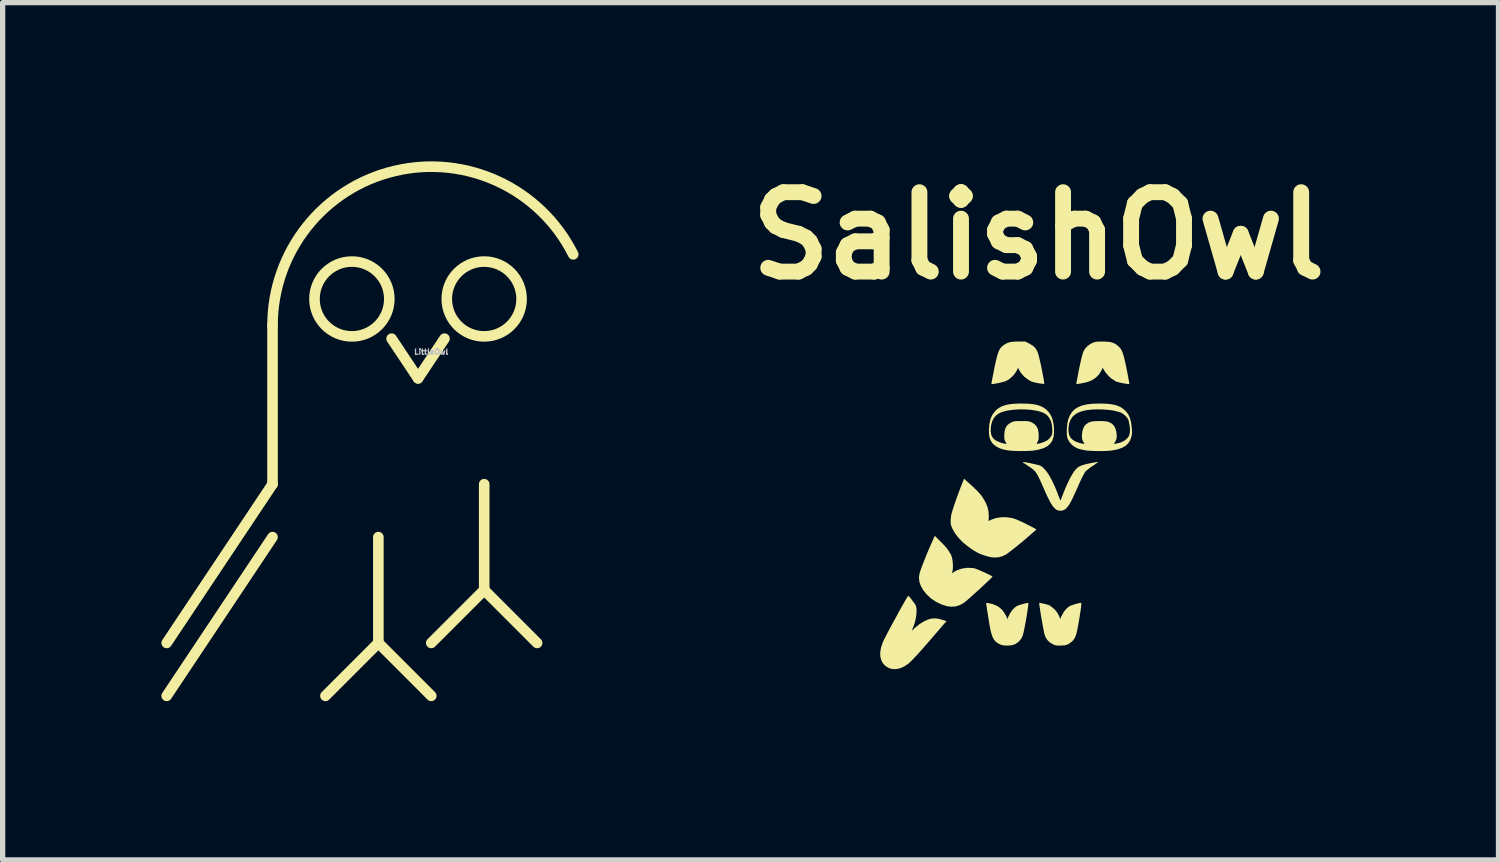
<source format=kicad_pcb>
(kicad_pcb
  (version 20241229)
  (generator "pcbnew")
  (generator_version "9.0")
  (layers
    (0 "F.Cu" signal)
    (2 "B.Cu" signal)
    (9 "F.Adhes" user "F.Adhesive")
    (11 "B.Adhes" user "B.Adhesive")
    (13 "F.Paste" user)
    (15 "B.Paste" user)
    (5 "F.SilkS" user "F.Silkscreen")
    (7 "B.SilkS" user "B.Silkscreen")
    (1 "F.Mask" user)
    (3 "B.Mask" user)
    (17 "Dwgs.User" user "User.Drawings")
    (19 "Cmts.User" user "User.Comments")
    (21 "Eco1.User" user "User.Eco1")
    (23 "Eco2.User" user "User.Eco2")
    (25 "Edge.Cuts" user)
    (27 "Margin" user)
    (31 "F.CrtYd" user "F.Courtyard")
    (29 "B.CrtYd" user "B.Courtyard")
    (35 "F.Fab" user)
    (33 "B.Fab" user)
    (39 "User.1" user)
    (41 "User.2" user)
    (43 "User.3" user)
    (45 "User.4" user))
  (footprint "LittleOwl"
    (layer "F.Cu")
    (at 5.1 3.1)
    (property "Reference" "LittleOwl" (at 0 0.5 0) (layer "Dwgs.User") (effects (font (size 0.1 0.1) (thickness 0.025))))
    (attr through_hole)
    (fp_line (start -3 0) (end -3 3) (stroke (width 0.2) (type solid)) (layer "F.SilkS"))
    (fp_line (start -3 3) (end -5 6) (stroke (width 0.2) (type solid)) (layer "F.SilkS"))
    (fp_line (start -3 4) (end -5 7) (stroke (width 0.2) (type solid)) (layer "F.SilkS"))
    (fp_line (start -1 4) (end -1 6) (stroke (width 0.2) (type solid)) (layer "F.SilkS"))
    (fp_line (start -1 6) (end -2 7) (stroke (width 0.2) (type solid)) (layer "F.SilkS"))
    (fp_line (start -1 6) (end 0 7) (stroke (width 0.2) (type solid)) (layer "F.SilkS"))
    (fp_line (start -0.75 0.25) (end -0.25 1) (stroke (width 0.2) (type solid)) (layer "F.SilkS"))
    (fp_line (start -0.25 1) (end 0.25 0.25) (stroke (width 0.2) (type solid)) (layer "F.SilkS"))
    (fp_line (start 1 3) (end 1 5) (stroke (width 0.2) (type solid)) (layer "F.SilkS"))
    (fp_line (start 1 5) (end 0 6) (stroke (width 0.2) (type solid)) (layer "F.SilkS"))
    (fp_line (start 1 5) (end 2 6) (stroke (width 0.2) (type solid)) (layer "F.SilkS"))
    (fp_arc (start -3 0) (mid -0.690149 -2.919537) (end 2.682463 -1.343277) (stroke (width 0.2) (type solid)) (layer "F.SilkS"))
    (fp_circle (center -1.5 -0.5) (end -0.793 -0.5) (stroke (width 0.2) (type solid)) (fill no) (layer "F.SilkS"))
    (fp_circle (center 1 -0.5) (end 1.707 -0.5) (stroke (width 0.2) (type solid)) (fill no) (layer "F.SilkS")))
  (footprint "SalishOwl"
    (layer "F.Cu")
    (at 16.575 6.404)
    (property "Reference" "SalishOwl" (at 0 -5 0) (layer "F.SilkS") (effects (font (size 1.5 1.5) (thickness 0.3))))
    (attr board_only exclude_from_pos_files exclude_from_bom)
    (fp_poly (pts (xy -0.175 -2.962) (xy -0.111 -2.924) (xy -0.063 -2.881) (xy -0.029 -2.828) (xy -0.01 -2.783) (xy -0.000109 -2.748) (xy 0.012 -2.701) (xy 0.025 -2.645) (xy 0.04 -2.582) (xy 0.054 -2.516) (xy 0.067 -2.449) (xy 0.08 -2.385) (xy 0.091 -2.325) (xy 0.1 -2.274) (xy 0.106 -2.234) (xy 0.108 -2.208) (xy 0.107 -2.199) (xy 0.096 -2.199) (xy 0.07 -2.202) (xy 0.032 -2.207) (xy -0.011 -2.214) (xy -0.063 -2.225) (xy -0.103 -2.234) (xy -0.135 -2.246) (xy -0.166 -2.262) (xy -0.196 -2.28) (xy -0.271 -2.337) (xy -0.332 -2.407) (xy -0.367 -2.463) (xy -0.386 -2.502) (xy -0.416 -2.443) (xy -0.453 -2.386) (xy -0.503 -2.331) (xy -0.56 -2.284) (xy -0.608 -2.257) (xy -0.642 -2.244) (xy -0.687 -2.231) (xy -0.738 -2.219) (xy -0.768 -2.213) (xy -0.818 -2.204) (xy -0.852 -2.198) (xy -0.873 -2.195) (xy -0.885 -2.195) (xy -0.889 -2.197) (xy -0.889 -2.2) (xy -0.888 -2.216) (xy -0.882 -2.248) (xy -0.874 -2.292) (xy -0.864 -2.345) (xy -0.852 -2.404) (xy -0.84 -2.466) (xy -0.828 -2.526) (xy -0.816 -2.581) (xy -0.806 -2.629) (xy -0.805 -2.634) (xy -0.785 -2.713) (xy -0.767 -2.776) (xy -0.748 -2.824) (xy -0.728 -2.862) (xy -0.705 -2.893) (xy -0.677 -2.918) (xy -0.676 -2.919) (xy -0.632 -2.95) (xy -0.589 -2.972) (xy -0.543 -2.987) (xy -0.49 -2.996) (xy -0.423 -2.999) (xy -0.385 -3) (xy -0.251 -3)) (stroke (width 0) (type solid)) (fill yes) (layer "F.SilkS"))
    (fp_poly (pts (xy 0.808 1.946) (xy 0.809 1.97) (xy 0.807 2.001) (xy 0.801 2.044) (xy 0.793 2.1) (xy 0.783 2.165) (xy 0.772 2.235) (xy 0.759 2.306) (xy 0.747 2.375) (xy 0.735 2.437) (xy 0.724 2.489) (xy 0.715 2.527) (xy 0.712 2.54) (xy 0.682 2.609) (xy 0.638 2.665) (xy 0.579 2.709) (xy 0.572 2.713) (xy 0.543 2.727) (xy 0.517 2.736) (xy 0.486 2.742) (xy 0.444 2.744) (xy 0.425 2.745) (xy 0.379 2.746) (xy 0.346 2.745) (xy 0.32 2.74) (xy 0.295 2.731) (xy 0.277 2.723) (xy 0.214 2.686) (xy 0.167 2.641) (xy 0.133 2.585) (xy 0.113 2.531) (xy 0.107 2.505) (xy 0.099 2.465) (xy 0.089 2.414) (xy 0.078 2.355) (xy 0.067 2.291) (xy 0.055 2.225) (xy 0.044 2.159) (xy 0.034 2.097) (xy 0.026 2.041) (xy 0.019 1.995) (xy 0.015 1.961) (xy 0.014 1.942) (xy 0.015 1.939) (xy 0.025 1.939) (xy 0.05 1.944) (xy 0.084 1.951) (xy 0.122 1.96) (xy 0.158 1.969) (xy 0.188 1.978) (xy 0.207 1.984) (xy 0.21 1.986) (xy 0.225 1.998) (xy 0.249 2.016) (xy 0.264 2.026) (xy 0.311 2.068) (xy 0.353 2.121) (xy 0.386 2.18) (xy 0.393 2.196) (xy 0.41 2.243) (xy 0.441 2.175) (xy 0.482 2.103) (xy 0.533 2.043) (xy 0.587 2.001) (xy 0.612 1.99) (xy 0.649 1.977) (xy 0.692 1.963) (xy 0.736 1.951) (xy 0.775 1.942) (xy 0.802 1.937) (xy 0.804 1.937)) (stroke (width 0) (type solid)) (fill yes) (layer "F.SilkS"))
    (fp_poly (pts (xy -1.304 -0.315) (xy -1.239 -0.256) (xy -1.188 -0.207) (xy -1.147 -0.167) (xy -1.114 -0.131) (xy -1.087 -0.099) (xy -1.064 -0.068) (xy -1.053 -0.051) (xy -1.002 0.037) (xy -0.967 0.118) (xy -0.947 0.198) (xy -0.94 0.28) (xy -0.94 0.319) (xy -0.944 0.392) (xy -0.885 0.364) (xy -0.802 0.336) (xy -0.709 0.321) (xy -0.611 0.32) (xy -0.51 0.334) (xy -0.479 0.341) (xy -0.443 0.353) (xy -0.393 0.373) (xy -0.333 0.4) (xy -0.265 0.431) (xy -0.195 0.467) (xy -0.124 0.504) (xy -0.11 0.511) (xy -0.038 0.551) (xy -0.163 0.661) (xy -0.218 0.709) (xy -0.278 0.76) (xy -0.341 0.812) (xy -0.403 0.863) (xy -0.463 0.911) (xy -0.518 0.954) (xy -0.564 0.989) (xy -0.599 1.014) (xy -0.611 1.022) (xy -0.686 1.059) (xy -0.764 1.079) (xy -0.849 1.081) (xy -0.886 1.077) (xy -0.938 1.067) (xy -1 1.049) (xy -1.065 1.028) (xy -1.124 1.004) (xy -1.147 0.993) (xy -1.212 0.956) (xy -1.283 0.909) (xy -1.354 0.857) (xy -1.419 0.803) (xy -1.458 0.766) (xy -1.528 0.69) (xy -1.582 0.617) (xy -1.624 0.543) (xy -1.638 0.511) (xy -1.65 0.478) (xy -1.657 0.449) (xy -1.66 0.417) (xy -1.659 0.375) (xy -1.658 0.361) (xy -1.656 0.327) (xy -1.652 0.296) (xy -1.646 0.263) (xy -1.635 0.224) (xy -1.621 0.176) (xy -1.601 0.116) (xy -1.589 0.079) (xy -1.564 0.008) (xy -1.537 -0.069) (xy -1.509 -0.146) (xy -1.483 -0.215) (xy -1.465 -0.261) (xy -1.407 -0.408)) (stroke (width 0) (type solid)) (fill yes) (layer "F.SilkS"))
    (fp_poly (pts (xy -0.192 1.94) (xy -0.191 1.952) (xy -0.193 1.981) (xy -0.198 2.023) (xy -0.206 2.076) (xy -0.215 2.137) (xy -0.226 2.203) (xy -0.238 2.271) (xy -0.25 2.338) (xy -0.262 2.402) (xy -0.274 2.46) (xy -0.285 2.508) (xy -0.294 2.544) (xy -0.297 2.556) (xy -0.328 2.619) (xy -0.375 2.674) (xy -0.435 2.716) (xy -0.444 2.72) (xy -0.49 2.736) (xy -0.548 2.745) (xy -0.61 2.746) (xy -0.668 2.741) (xy -0.714 2.729) (xy -0.766 2.704) (xy -0.808 2.672) (xy -0.842 2.633) (xy -0.869 2.581) (xy -0.891 2.516) (xy -0.911 2.435) (xy -0.914 2.417) (xy -0.922 2.374) (xy -0.931 2.322) (xy -0.941 2.262) (xy -0.951 2.199) (xy -0.961 2.137) (xy -0.971 2.078) (xy -0.978 2.025) (xy -0.984 1.984) (xy -0.988 1.956) (xy -0.988 1.947) (xy -0.986 1.941) (xy -0.976 1.94) (xy -0.955 1.942) (xy -0.922 1.949) (xy -0.873 1.961) (xy -0.867 1.962) (xy -0.808 1.984) (xy -0.749 2.018) (xy -0.698 2.06) (xy -0.693 2.065) (xy -0.667 2.097) (xy -0.64 2.137) (xy -0.616 2.178) (xy -0.599 2.213) (xy -0.594 2.226) (xy -0.588 2.243) (xy -0.584 2.246) (xy -0.584 2.244) (xy -0.577 2.218) (xy -0.562 2.183) (xy -0.54 2.143) (xy -0.516 2.103) (xy -0.491 2.07) (xy -0.483 2.06) (xy -0.453 2.032) (xy -0.422 2.007) (xy -0.403 1.995) (xy -0.38 1.986) (xy -0.347 1.975) (xy -0.308 1.964) (xy -0.269 1.953) (xy -0.233 1.945) (xy -0.206 1.94) (xy -0.192 1.94)) (stroke (width 0) (type solid)) (fill yes) (layer "F.SilkS"))
    (fp_poly (pts (xy -2.447 1.816) (xy -2.429 1.835) (xy -2.402 1.87) (xy -2.398 1.875) (xy -2.372 1.911) (xy -2.349 1.942) (xy -2.332 1.964) (xy -2.328 1.971) (xy -2.313 2.004) (xy -2.305 2.052) (xy -2.304 2.111) (xy -2.31 2.178) (xy -2.322 2.248) (xy -2.339 2.318) (xy -2.362 2.385) (xy -2.384 2.436) (xy -2.393 2.454) (xy -2.396 2.462) (xy -2.39 2.46) (xy -2.374 2.447) (xy -2.347 2.422) (xy -2.335 2.411) (xy -2.252 2.343) (xy -2.167 2.29) (xy -2.093 2.256) (xy -2.027 2.236) (xy -1.958 2.231) (xy -1.884 2.24) (xy -1.82 2.258) (xy -1.737 2.285) (xy -1.762 2.311) (xy -1.774 2.325) (xy -1.798 2.352) (xy -1.831 2.39) (xy -1.87 2.436) (xy -1.915 2.488) (xy -1.963 2.544) (xy -1.964 2.545) (xy -2.063 2.66) (xy -2.151 2.761) (xy -2.228 2.848) (xy -2.294 2.921) (xy -2.351 2.982) (xy -2.398 3.031) (xy -2.437 3.068) (xy -2.468 3.095) (xy -2.473 3.098) (xy -2.548 3.146) (xy -2.623 3.177) (xy -2.698 3.191) (xy -2.769 3.189) (xy -2.832 3.169) (xy -2.894 3.13) (xy -2.941 3.079) (xy -2.973 3.017) (xy -2.99 2.946) (xy -2.99 2.867) (xy -2.975 2.78) (xy -2.944 2.688) (xy -2.941 2.68) (xy -2.928 2.651) (xy -2.906 2.609) (xy -2.879 2.555) (xy -2.846 2.492) (xy -2.809 2.422) (xy -2.769 2.348) (xy -2.727 2.27) (xy -2.684 2.193) (xy -2.643 2.116) (xy -2.603 2.044) (xy -2.565 1.978) (xy -2.532 1.919) (xy -2.504 1.871) (xy -2.483 1.836) (xy -2.469 1.815) (xy -2.466 1.811) (xy -2.458 1.808)) (stroke (width 0) (type solid)) (fill yes) (layer "F.SilkS"))
    (fp_poly (pts (xy -1.842 0.789) (xy -1.788 0.844) (xy -1.744 0.893) (xy -1.712 0.934) (xy -1.696 0.959) (xy -1.679 0.988) (xy -1.666 1.01) (xy -1.66 1.018) (xy -1.653 1.029) (xy -1.644 1.054) (xy -1.635 1.082) (xy -1.626 1.124) (xy -1.62 1.175) (xy -1.617 1.23) (xy -1.618 1.283) (xy -1.622 1.327) (xy -1.63 1.358) (xy -1.637 1.378) (xy -1.635 1.381) (xy -1.624 1.372) (xy -1.593 1.351) (xy -1.549 1.328) (xy -1.499 1.308) (xy -1.45 1.292) (xy -1.441 1.29) (xy -1.341 1.276) (xy -1.24 1.281) (xy -1.215 1.285) (xy -1.193 1.291) (xy -1.159 1.304) (xy -1.117 1.321) (xy -1.07 1.342) (xy -1.021 1.364) (xy -0.974 1.386) (xy -0.932 1.406) (xy -0.898 1.423) (xy -0.876 1.436) (xy -0.87 1.442) (xy -0.877 1.452) (xy -0.897 1.473) (xy -0.927 1.503) (xy -0.967 1.541) (xy -1.014 1.585) (xy -1.065 1.633) (xy -1.119 1.683) (xy -1.175 1.733) (xy -1.229 1.782) (xy -1.28 1.828) (xy -1.326 1.868) (xy -1.365 1.902) (xy -1.395 1.926) (xy -1.411 1.939) (xy -1.488 1.982) (xy -1.567 2.006) (xy -1.651 2.012) (xy -1.734 2) (xy -1.836 1.968) (xy -1.935 1.92) (xy -2.028 1.857) (xy -2.109 1.784) (xy -2.176 1.701) (xy -2.183 1.691) (xy -2.226 1.613) (xy -2.251 1.539) (xy -2.259 1.466) (xy -2.25 1.392) (xy -2.249 1.39) (xy -2.239 1.354) (xy -2.222 1.304) (xy -2.199 1.241) (xy -2.171 1.168) (xy -2.14 1.09) (xy -2.107 1.007) (xy -2.072 0.925) (xy -2.037 0.845) (xy -2.023 0.813) (xy -1.96 0.672)) (stroke (width 0) (type solid)) (fill yes) (layer "F.SilkS"))
    (fp_poly (pts (xy 1.292 -2.997) (xy 1.352 -2.991) (xy 1.402 -2.978) (xy 1.446 -2.959) (xy 1.486 -2.931) (xy 1.51 -2.91) (xy 1.537 -2.883) (xy 1.56 -2.853) (xy 1.579 -2.817) (xy 1.596 -2.771) (xy 1.614 -2.712) (xy 1.632 -2.638) (xy 1.632 -2.636) (xy 1.644 -2.583) (xy 1.657 -2.524) (xy 1.669 -2.463) (xy 1.681 -2.401) (xy 1.693 -2.342) (xy 1.702 -2.289) (xy 1.71 -2.246) (xy 1.715 -2.214) (xy 1.716 -2.198) (xy 1.716 -2.197) (xy 1.704 -2.195) (xy 1.678 -2.198) (xy 1.642 -2.204) (xy 1.6 -2.211) (xy 1.556 -2.22) (xy 1.515 -2.23) (xy 1.481 -2.239) (xy 1.457 -2.247) (xy 1.448 -2.252) (xy 1.448 -2.253) (xy 1.443 -2.262) (xy 1.425 -2.272) (xy 1.421 -2.274) (xy 1.387 -2.294) (xy 1.348 -2.326) (xy 1.308 -2.367) (xy 1.271 -2.411) (xy 1.248 -2.444) (xy 1.213 -2.503) (xy 1.189 -2.452) (xy 1.143 -2.378) (xy 1.082 -2.316) (xy 1.007 -2.267) (xy 0.92 -2.233) (xy 0.865 -2.22) (xy 0.807 -2.209) (xy 0.766 -2.202) (xy 0.739 -2.198) (xy 0.723 -2.197) (xy 0.715 -2.2) (xy 0.714 -2.205) (xy 0.716 -2.214) (xy 0.716 -2.216) (xy 0.72 -2.234) (xy 0.726 -2.267) (xy 0.734 -2.31) (xy 0.744 -2.361) (xy 0.746 -2.376) (xy 0.766 -2.475) (xy 0.785 -2.567) (xy 0.803 -2.649) (xy 0.821 -2.719) (xy 0.836 -2.774) (xy 0.849 -2.813) (xy 0.851 -2.817) (xy 0.882 -2.867) (xy 0.927 -2.915) (xy 0.981 -2.954) (xy 1.026 -2.977) (xy 1.052 -2.986) (xy 1.078 -2.993) (xy 1.107 -2.997) (xy 1.146 -2.999) (xy 1.199 -2.999) (xy 1.216 -2.999)) (stroke (width 0) (type solid)) (fill yes) (layer "F.SilkS"))
    (fp_poly (pts (xy 1.124 -0.725) (xy 1.121 -0.719) (xy 1.106 -0.706) (xy 1.077 -0.685) (xy 1.032 -0.654) (xy 1.028 -0.652) (xy 0.983 -0.621) (xy 0.943 -0.59) (xy 0.91 -0.564) (xy 0.889 -0.545) (xy 0.886 -0.541) (xy 0.867 -0.512) (xy 0.845 -0.472) (xy 0.818 -0.419) (xy 0.786 -0.35) (xy 0.748 -0.265) (xy 0.727 -0.217) (xy 0.681 -0.116) (xy 0.642 -0.032) (xy 0.606 0.037) (xy 0.574 0.091) (xy 0.543 0.132) (xy 0.514 0.162) (xy 0.484 0.182) (xy 0.454 0.193) (xy 0.42 0.198) (xy 0.413 0.198) (xy 0.377 0.193) (xy 0.345 0.182) (xy 0.341 0.18) (xy 0.315 0.16) (xy 0.289 0.135) (xy 0.262 0.101) (xy 0.235 0.058) (xy 0.205 0.003) (xy 0.171 -0.065) (xy 0.132 -0.149) (xy 0.092 -0.241) (xy 0.053 -0.329) (xy 0.02 -0.401) (xy -0.008 -0.458) (xy -0.033 -0.502) (xy -0.056 -0.536) (xy -0.077 -0.56) (xy -0.078 -0.562) (xy -0.1 -0.581) (xy -0.134 -0.607) (xy -0.176 -0.636) (xy -0.217 -0.664) (xy -0.254 -0.688) (xy -0.281 -0.706) (xy -0.295 -0.717) (xy -0.296 -0.723) (xy -0.283 -0.724) (xy -0.253 -0.719) (xy -0.208 -0.711) (xy -0.144 -0.698) (xy -0.129 -0.695) (xy -0.078 -0.684) (xy -0.031 -0.673) (xy 0.008 -0.663) (xy 0.032 -0.655) (xy 0.074 -0.629) (xy 0.119 -0.585) (xy 0.166 -0.525) (xy 0.214 -0.449) (xy 0.263 -0.358) (xy 0.311 -0.255) (xy 0.357 -0.141) (xy 0.376 -0.089) (xy 0.391 -0.049) (xy 0.404 -0.019) (xy 0.414 -0.002) (xy 0.419 0) (xy 0.467 -0.127) (xy 0.515 -0.245) (xy 0.563 -0.35) (xy 0.609 -0.441) (xy 0.654 -0.516) (xy 0.681 -0.555) (xy 0.704 -0.584) (xy 0.729 -0.609) (xy 0.757 -0.63) (xy 0.79 -0.648) (xy 0.832 -0.664) (xy 0.884 -0.679) (xy 0.948 -0.694) (xy 1.028 -0.71) (xy 1.114 -0.725)) (stroke (width 0) (type solid)) (fill yes) (layer "F.SilkS"))
    (fp_poly (pts (xy -0.21 -1.826) (xy -0.116 -1.818) (xy -0.036 -1.804) (xy 0.032 -1.783) (xy 0.09 -1.755) (xy 0.14 -1.719) (xy 0.154 -1.708) (xy 0.203 -1.654) (xy 0.24 -1.594) (xy 0.267 -1.524) (xy 0.285 -1.44) (xy 0.293 -1.364) (xy 0.294 -1.269) (xy 0.282 -1.188) (xy 0.257 -1.12) (xy 0.217 -1.064) (xy 0.162 -1.018) (xy 0.091 -0.983) (xy 0.003 -0.957) (xy -0.062 -0.944) (xy -0.117 -0.937) (xy -0.185 -0.933) (xy -0.263 -0.931) (xy -0.344 -0.93) (xy -0.425 -0.932) (xy -0.499 -0.935) (xy -0.561 -0.941) (xy -0.59 -0.945) (xy -0.672 -0.962) (xy -0.741 -0.986) (xy -0.801 -1.018) (xy -0.814 -1.027) (xy -0.863 -1.068) (xy -0.898 -1.118) (xy -0.923 -1.178) (xy -0.935 -1.25) (xy -0.936 -1.307) (xy -0.904 -1.307) (xy -0.894 -1.242) (xy -0.87 -1.189) (xy -0.832 -1.147) (xy -0.811 -1.132) (xy -0.779 -1.116) (xy -0.738 -1.098) (xy -0.694 -1.083) (xy -0.653 -1.072) (xy -0.624 -1.068) (xy -0.601 -1.067) (xy -0.624 -1.104) (xy -0.636 -1.126) (xy -0.643 -1.149) (xy -0.646 -1.18) (xy -0.647 -1.223) (xy -0.647 -1.226) (xy -0.641 -1.303) (xy -0.624 -1.364) (xy -0.595 -1.412) (xy -0.553 -1.45) (xy -0.515 -1.471) (xy -0.491 -1.482) (xy -0.47 -1.489) (xy -0.446 -1.494) (xy -0.415 -1.496) (xy -0.373 -1.497) (xy -0.321 -1.497) (xy -0.265 -1.497) (xy -0.224 -1.496) (xy -0.194 -1.493) (xy -0.171 -1.488) (xy -0.149 -1.481) (xy -0.127 -1.471) (xy -0.076 -1.44) (xy -0.038 -1.399) (xy -0.012 -1.346) (xy 0.001 -1.28) (xy 0.004 -1.221) (xy 0.004 -1.176) (xy -0.00047 -1.144) (xy -0.009 -1.12) (xy -0.017 -1.104) (xy -0.03 -1.081) (xy -0.033 -1.071) (xy -0.026 -1.068) (xy -0.02 -1.067) (xy 0.007 -1.071) (xy 0.045 -1.082) (xy 0.089 -1.097) (xy 0.13 -1.114) (xy 0.162 -1.131) (xy 0.207 -1.167) (xy 0.234 -1.204) (xy 0.249 -1.23) (xy 0.257 -1.255) (xy 0.261 -1.285) (xy 0.261 -1.326) (xy 0.261 -1.329) (xy 0.254 -1.421) (xy 0.235 -1.498) (xy 0.202 -1.561) (xy 0.157 -1.613) (xy 0.132 -1.632) (xy 0.081 -1.658) (xy 0.013 -1.681) (xy -0.068 -1.698) (xy -0.16 -1.711) (xy -0.26 -1.717) (xy -0.365 -1.717) (xy -0.395 -1.716) (xy -0.511 -1.707) (xy -0.61 -1.691) (xy -0.691 -1.668) (xy -0.758 -1.636) (xy -0.811 -1.594) (xy -0.851 -1.543) (xy -0.879 -1.481) (xy -0.897 -1.408) (xy -0.9 -1.385) (xy -0.904 -1.307) (xy -0.936 -1.307) (xy -0.937 -1.336) (xy -0.929 -1.433) (xy -0.91 -1.526) (xy -0.877 -1.605) (xy -0.83 -1.672) (xy -0.799 -1.705) (xy -0.751 -1.743) (xy -0.696 -1.774) (xy -0.633 -1.797) (xy -0.559 -1.813) (xy -0.472 -1.823) (xy -0.368 -1.828) (xy -0.321 -1.828)) (stroke (width 0) (type solid)) (fill yes) (layer "F.SilkS"))
    (fp_poly (pts (xy 1.26 -1.826) (xy 1.353 -1.818) (xy 1.431 -1.805) (xy 1.498 -1.785) (xy 1.555 -1.758) (xy 1.598 -1.73) (xy 1.651 -1.683) (xy 1.692 -1.63) (xy 1.723 -1.568) (xy 1.745 -1.494) (xy 1.759 -1.404) (xy 1.762 -1.382) (xy 1.766 -1.329) (xy 1.768 -1.288) (xy 1.766 -1.256) (xy 1.762 -1.226) (xy 1.756 -1.202) (xy 1.732 -1.133) (xy 1.695 -1.076) (xy 1.645 -1.029) (xy 1.58 -0.992) (xy 1.499 -0.963) (xy 1.4 -0.943) (xy 1.379 -0.94) (xy 1.333 -0.935) (xy 1.274 -0.932) (xy 1.205 -0.93) (xy 1.133 -0.93) (xy 1.06 -0.931) (xy 0.993 -0.934) (xy 0.935 -0.938) (xy 0.891 -0.942) (xy 0.885 -0.944) (xy 0.824 -0.956) (xy 0.778 -0.967) (xy 0.74 -0.98) (xy 0.706 -0.997) (xy 0.682 -1.01) (xy 0.63 -1.05) (xy 0.619 -1.062) (xy 0.88 -1.062) (xy 0.885 -1.058) (xy 0.889 -1.062) (xy 0.885 -1.067) (xy 0.88 -1.062) (xy 0.619 -1.062) (xy 0.586 -1.1) (xy 0.554 -1.155) (xy 0.543 -1.189) (xy 0.536 -1.235) (xy 0.534 -1.293) (xy 0.534 -1.299) (xy 0.567 -1.299) (xy 0.58 -1.234) (xy 0.607 -1.181) (xy 0.651 -1.139) (xy 0.711 -1.105) (xy 0.779 -1.082) (xy 0.811 -1.074) (xy 0.839 -1.069) (xy 0.847 -1.068) (xy 0.868 -1.067) (xy 0.843 -1.112) (xy 0.831 -1.137) (xy 0.824 -1.158) (xy 0.821 -1.184) (xy 0.821 -1.22) (xy 0.822 -1.243) (xy 0.833 -1.321) (xy 0.856 -1.384) (xy 0.893 -1.432) (xy 0.944 -1.467) (xy 0.987 -1.484) (xy 1.021 -1.49) (xy 1.068 -1.495) (xy 1.124 -1.497) (xy 1.182 -1.497) (xy 1.236 -1.495) (xy 1.282 -1.49) (xy 1.311 -1.485) (xy 1.371 -1.459) (xy 1.417 -1.42) (xy 1.449 -1.368) (xy 1.47 -1.3) (xy 1.474 -1.277) (xy 1.479 -1.214) (xy 1.474 -1.163) (xy 1.458 -1.12) (xy 1.447 -1.101) (xy 1.422 -1.065) (xy 1.469 -1.072) (xy 1.546 -1.09) (xy 1.613 -1.12) (xy 1.666 -1.159) (xy 1.704 -1.206) (xy 1.711 -1.22) (xy 1.725 -1.268) (xy 1.729 -1.328) (xy 1.724 -1.395) (xy 1.719 -1.424) (xy 1.712 -1.459) (xy 1.707 -1.489) (xy 1.705 -1.5) (xy 1.692 -1.534) (xy 1.666 -1.572) (xy 1.63 -1.608) (xy 1.59 -1.639) (xy 1.55 -1.661) (xy 1.533 -1.666) (xy 1.515 -1.67) (xy 1.485 -1.678) (xy 1.463 -1.684) (xy 1.39 -1.7) (xy 1.303 -1.71) (xy 1.208 -1.716) (xy 1.11 -1.718) (xy 1.014 -1.714) (xy 0.925 -1.705) (xy 0.87 -1.695) (xy 0.78 -1.67) (xy 0.707 -1.633) (xy 0.65 -1.586) (xy 0.608 -1.526) (xy 0.58 -1.455) (xy 0.567 -1.377) (xy 0.567 -1.299) (xy 0.534 -1.299) (xy 0.536 -1.359) (xy 0.542 -1.424) (xy 0.551 -1.484) (xy 0.563 -1.532) (xy 0.563 -1.532) (xy 0.594 -1.606) (xy 0.634 -1.669) (xy 0.685 -1.72) (xy 0.747 -1.76) (xy 0.823 -1.791) (xy 0.912 -1.812) (xy 1.018 -1.824) (xy 1.14 -1.828) (xy 1.15 -1.828)) (stroke (width 0) (type solid)) (fill yes) (layer "F.SilkS")))
  (gr_rect
    (start -3 -3)
    (end 25.268 13.2)
    (stroke (width 0.1) (type default))
    (fill no)
    (layer "Edge.Cuts")))
</source>
